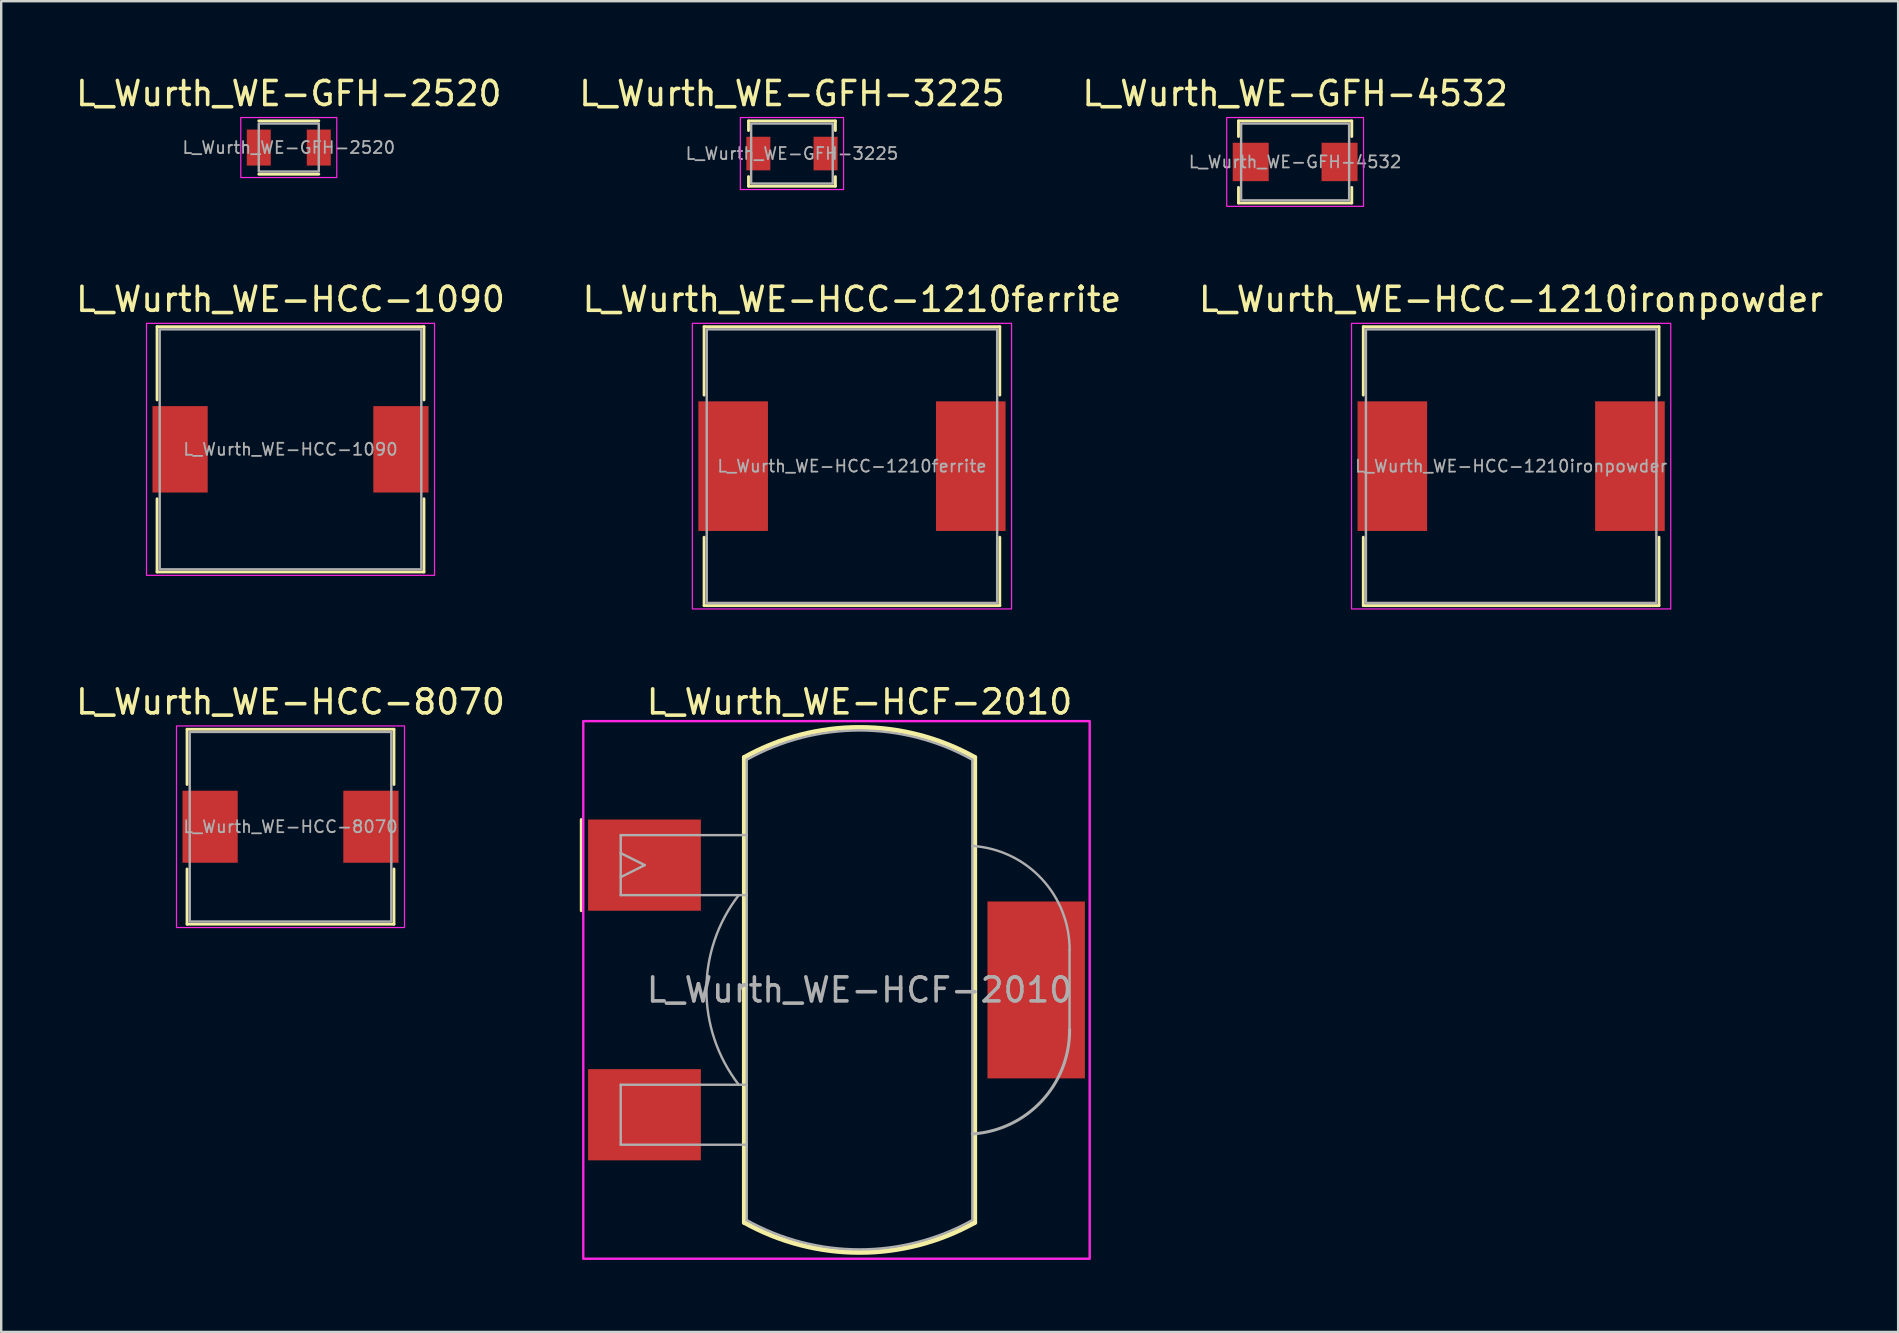
<source format=kicad_pcb>
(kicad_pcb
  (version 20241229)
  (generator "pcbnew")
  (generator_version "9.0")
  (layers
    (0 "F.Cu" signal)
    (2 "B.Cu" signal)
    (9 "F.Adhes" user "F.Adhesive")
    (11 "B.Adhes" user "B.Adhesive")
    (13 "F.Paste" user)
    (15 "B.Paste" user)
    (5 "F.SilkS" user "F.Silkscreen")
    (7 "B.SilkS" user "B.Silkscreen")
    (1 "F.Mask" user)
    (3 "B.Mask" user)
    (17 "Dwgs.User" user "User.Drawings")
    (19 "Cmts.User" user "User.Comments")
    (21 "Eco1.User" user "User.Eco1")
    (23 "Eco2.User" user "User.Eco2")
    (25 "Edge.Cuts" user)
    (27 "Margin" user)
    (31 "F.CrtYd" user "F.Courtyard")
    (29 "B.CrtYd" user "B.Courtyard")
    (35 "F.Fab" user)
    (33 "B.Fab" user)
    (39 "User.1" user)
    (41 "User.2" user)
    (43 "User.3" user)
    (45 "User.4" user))
  (footprint "L_Wurth_WE-HCC-1210ferrite"
    (layer "F.Cu")
    (at 32.446 16.372)
    (property "Reference" "L_Wurth_WE-HCC-1210ferrite" (at 0 -6.95 0) (unlocked yes) (layer "F.SilkS") (effects (font (size 1 1) (thickness 0.15))))
    (attr smd)
    (fp_line (start -6.16 -5.81) (end -6.16 -2.96) (stroke (width 0.12) (type solid)) (layer "F.SilkS"))
    (fp_line (start -6.16 -5.81) (end 6.16 -5.81) (stroke (width 0.12) (type solid)) (layer "F.SilkS"))
    (fp_line (start -6.16 5.81) (end -6.16 2.96) (stroke (width 0.12) (type solid)) (layer "F.SilkS"))
    (fp_line (start -6.16 5.81) (end 6.16 5.81) (stroke (width 0.12) (type solid)) (layer "F.SilkS"))
    (fp_line (start 6.16 -5.81) (end 6.16 -2.96) (stroke (width 0.12) (type solid)) (layer "F.SilkS"))
    (fp_line (start 6.16 5.81) (end 6.16 2.96) (stroke (width 0.12) (type solid)) (layer "F.SilkS"))
    (fp_rect (start -6.65 -5.95) (end 6.65 5.95) (stroke (width 0.05) (type solid)) (fill no) (layer "F.CrtYd"))
    (fp_rect (start -6.05 -5.7) (end 6.05 5.7) (stroke (width 0.1) (type solid)) (fill no) (layer "F.Fab"))
    (fp_text user "${REFERENCE}" (at 0 0 0) (unlocked yes) (layer "F.Fab") (effects (font (size 0.5 0.5) (thickness 0.075))))
    (pad "1" smd rect (at -4.95 0) (size 2.9 5.4) (layers "F.Cu" "F.Mask" "F.Paste"))
    (pad "2" smd rect (at 4.95 0) (size 2.9 5.4) (layers "F.Cu" "F.Mask" "F.Paste")))
  (footprint "L_Wurth_WE-HCC-1090"
    (layer "F.Cu")
    (at 9.054 15.671)
    (property "Reference" "L_Wurth_WE-HCC-1090" (at 0 -6.25 0) (unlocked yes) (layer "F.SilkS") (effects (font (size 1 1) (thickness 0.15))))
    (attr smd)
    (fp_line (start -5.56 -5.11) (end -5.56 -2.06) (stroke (width 0.12) (type solid)) (layer "F.SilkS"))
    (fp_line (start -5.56 -5.11) (end 5.56 -5.11) (stroke (width 0.12) (type solid)) (layer "F.SilkS"))
    (fp_line (start -5.56 5.11) (end -5.56 2.06) (stroke (width 0.12) (type solid)) (layer "F.SilkS"))
    (fp_line (start -5.56 5.11) (end 5.56 5.11) (stroke (width 0.12) (type solid)) (layer "F.SilkS"))
    (fp_line (start 5.56 -5.11) (end 5.56 -2.06) (stroke (width 0.12) (type solid)) (layer "F.SilkS"))
    (fp_line (start 5.56 5.11) (end 5.56 2.06) (stroke (width 0.12) (type solid)) (layer "F.SilkS"))
    (fp_rect (start -6 -5.25) (end 6 5.25) (stroke (width 0.05) (type solid)) (fill no) (layer "F.CrtYd"))
    (fp_rect (start -5.45 -5) (end 5.45 5) (stroke (width 0.1) (type solid)) (fill no) (layer "F.Fab"))
    (fp_text user "${REFERENCE}" (at 0 0 0) (unlocked yes) (layer "F.Fab") (effects (font (size 0.5 0.5) (thickness 0.075))))
    (pad "1" smd rect (at -4.6 0) (size 2.3 3.6) (layers "F.Cu" "F.Mask" "F.Paste"))
    (pad "2" smd rect (at 4.6 0) (size 2.3 3.6) (layers "F.Cu" "F.Mask" "F.Paste")))
  (footprint "L_Wurth_WE-HCC-8070"
    (layer "F.Cu")
    (at 9.054 31.395)
    (property "Reference" "L_Wurth_WE-HCC-8070" (at 0 -5.2 0) (unlocked yes) (layer "F.SilkS") (effects (font (size 1 1) (thickness 0.15))))
    (attr smd)
    (fp_line (start -4.31 -4.06) (end -4.31 -1.76) (stroke (width 0.12) (type solid)) (layer "F.SilkS"))
    (fp_line (start -4.31 -4.06) (end 4.31 -4.06) (stroke (width 0.12) (type solid)) (layer "F.SilkS"))
    (fp_line (start -4.31 4.06) (end -4.31 1.76) (stroke (width 0.12) (type solid)) (layer "F.SilkS"))
    (fp_line (start -4.31 4.06) (end 4.31 4.06) (stroke (width 0.12) (type solid)) (layer "F.SilkS"))
    (fp_line (start 4.31 -4.06) (end 4.31 -1.76) (stroke (width 0.12) (type solid)) (layer "F.SilkS"))
    (fp_line (start 4.31 4.06) (end 4.31 1.76) (stroke (width 0.12) (type solid)) (layer "F.SilkS"))
    (fp_rect (start -4.75 -4.2) (end 4.75 4.2) (stroke (width 0.05) (type solid)) (fill no) (layer "F.CrtYd"))
    (fp_rect (start -4.2 -3.95) (end 4.2 3.95) (stroke (width 0.1) (type solid)) (fill no) (layer "F.Fab"))
    (fp_text user "${REFERENCE}" (at 0 0 0) (unlocked yes) (layer "F.Fab") (effects (font (size 0.5 0.5) (thickness 0.075))))
    (pad "1" smd rect (at -3.35 0) (size 2.3 3) (layers "F.Cu" "F.Mask" "F.Paste"))
    (pad "2" smd rect (at 3.35 0) (size 2.3 3) (layers "F.Cu" "F.Mask" "F.Paste")))
  (footprint "L_Wurth_WE-HCF-2010"
    (layer "F.Cu")
    (at 32.762 38.195)
    (property "Reference" "L_Wurth_WE-HCF-2010" (at 0 -12 0) (layer "F.SilkS") (effects (font (size 1 1) (thickness 0.15))))
    (attr smd)
    (fp_line (start -11.595 -7.1) (end -11.595 -3.3) (stroke (width 0.12) (type default)) (layer "F.SilkS"))
    (fp_line (start -4.8 9.69) (end -4.8 -9.69) (stroke (width 0.2) (type solid)) (layer "F.SilkS"))
    (fp_line (start 4.8 -9.69) (end 4.8 9.69) (stroke (width 0.2) (type solid)) (layer "F.SilkS"))
    (fp_arc (start -4.8 -9.69) (mid 0 -10.936959) (end 4.8 -9.69) (stroke (width 0.2) (type solid)) (layer "F.SilkS"))
    (fp_arc (start 4.7 9.59) (mid 0 10.810982) (end -4.7 9.59) (stroke (width 0.01) (type solid)) (layer "F.SilkS"))
    (fp_arc (start 4.8 9.69) (mid 0 10.936958) (end -4.8 9.69) (stroke (width 0.2) (type solid)) (layer "F.SilkS"))
    (fp_poly (pts (xy 9.59 -11.2) (xy 9.59 11.2) (xy -11.51 11.2) (xy -11.51 -11.2)) (stroke (width 0.1) (type solid)) (fill no) (layer "F.CrtYd"))
    (fp_line (start -9.95 -6.45) (end -9.95 -3.95) (stroke (width 0.1) (type solid)) (layer "F.Fab"))
    (fp_line (start -9.95 -4.7) (end -8.95 -5.2) (stroke (width 0.1) (type default)) (layer "F.Fab"))
    (fp_line (start -9.95 -3.95) (end -4.7 -3.95) (stroke (width 0.1) (type solid)) (layer "F.Fab"))
    (fp_line (start -9.95 3.95) (end -9.95 6.45) (stroke (width 0.1) (type solid)) (layer "F.Fab"))
    (fp_line (start -9.95 6.45) (end -4.7 6.45) (stroke (width 0.1) (type solid)) (layer "F.Fab"))
    (fp_line (start -8.95 -5.2) (end -9.95 -5.7) (stroke (width 0.1) (type default)) (layer "F.Fab"))
    (fp_line (start -4.7 -6.45) (end -9.95 -6.45) (stroke (width 0.1) (type solid)) (layer "F.Fab"))
    (fp_line (start -4.7 -6.45) (end -4.7 -9.59) (stroke (width 0.1) (type solid)) (layer "F.Fab"))
    (fp_line (start -4.7 -3.95) (end -4.7 -6.45) (stroke (width 0.1) (type solid)) (layer "F.Fab"))
    (fp_line (start -4.7 3.95) (end -9.95 3.95) (stroke (width 0.1) (type solid)) (layer "F.Fab"))
    (fp_line (start -4.7 9.59) (end -4.7 -3.95) (stroke (width 0.1) (type solid)) (layer "F.Fab"))
    (fp_line (start 4.7 -9.59) (end 4.7 -6) (stroke (width 0.1) (type solid)) (layer "F.Fab"))
    (fp_line (start 4.7 -6) (end 4.7 6) (stroke (width 0.1) (type solid)) (layer "F.Fab"))
    (fp_line (start 4.7 6) (end 4.7 9.59) (stroke (width 0.1) (type solid)) (layer "F.Fab"))
    (fp_line (start 8.75 -1.65) (end 8.75 1.65) (stroke (width 0.1) (type solid)) (layer "F.Fab"))
    (fp_arc (start -5.032 3.95) (mid -6.379695 0) (end -5.032 -3.95) (stroke (width 0.1) (type solid)) (layer "F.Fab"))
    (fp_arc (start -4.7 -9.59) (mid 0 -10.810981) (end 4.7 -9.59) (stroke (width 0.1) (type solid)) (layer "F.Fab"))
    (fp_arc (start 4.7 -6) (mid 7.58977 -4.629329) (end 8.753 -1.65) (stroke (width 0.1) (type solid)) (layer "F.Fab"))
    (fp_arc (start 4.7 9.59) (mid 0 10.810982) (end -4.7 9.59) (stroke (width 0.1) (type solid)) (layer "F.Fab"))
    (fp_arc (start 8.753 1.65) (mid 7.589769 4.629328) (end 4.7 6) (stroke (width 0.127) (type solid)) (layer "F.Fab"))
    (fp_text user "${REFERENCE}" (at 0 0 0) (unlocked yes) (layer "F.Fab") (effects (font (size 1 1) (thickness 0.15))))
    (pad "1" smd rect (at -8.96 -5.2 270) (size 3.8 4.7) (layers "F.Cu" "F.Mask" "F.Paste"))
    (pad "2" smd rect (at -8.96 5.2 270) (size 3.8 4.7) (layers "F.Cu" "F.Mask" "F.Paste"))
    (pad "3" smd rect (at 7.36 0 270) (size 7.37 4.06) (layers "F.Cu" "F.Mask" "F.Paste")))
  (footprint "L_Wurth_WE-GFH-3225"
    (layer "F.Cu")
    (at 29.946 3.348)
    (property "Reference" "L_Wurth_WE-GFH-3225" (at 0 -2.5 0) (unlocked yes) (layer "F.SilkS") (effects (font (size 1 1) (thickness 0.15))))
    (attr smd)
    (fp_line (start -1.81 -1.36) (end -1.81 -0.96) (stroke (width 0.12) (type solid)) (layer "F.SilkS"))
    (fp_line (start -1.81 -1.36) (end 1.81 -1.36) (stroke (width 0.12) (type solid)) (layer "F.SilkS"))
    (fp_line (start -1.81 1.36) (end -1.81 0.96) (stroke (width 0.12) (type solid)) (layer "F.SilkS"))
    (fp_line (start -1.81 1.36) (end 1.81 1.36) (stroke (width 0.12) (type solid)) (layer "F.SilkS"))
    (fp_line (start 1.81 -1.36) (end 1.81 -0.96) (stroke (width 0.12) (type solid)) (layer "F.SilkS"))
    (fp_line (start 1.81 1.36) (end 1.81 0.96) (stroke (width 0.12) (type solid)) (layer "F.SilkS"))
    (fp_rect (start -2.15 -1.5) (end 2.15 1.5) (stroke (width 0.05) (type solid)) (fill no) (layer "F.CrtYd"))
    (fp_rect (start -1.7 -1.25) (end 1.7 1.25) (stroke (width 0.1) (type solid)) (fill no) (layer "F.Fab"))
    (fp_text user "${REFERENCE}" (at 0 0 0) (unlocked yes) (layer "F.Fab") (effects (font (size 0.5 0.5) (thickness 0.075))))
    (pad "1" smd rect (at -1.4 0) (size 1 1.4) (layers "F.Cu" "F.Mask" "F.Paste"))
    (pad "2" smd rect (at 1.4 0) (size 1 1.4) (layers "F.Cu" "F.Mask" "F.Paste")))
  (footprint "L_Wurth_WE-GFH-2520"
    (layer "F.Cu")
    (at 8.982 3.098)
    (property "Reference" "L_Wurth_WE-GFH-2520" (at 0 -2.25 0) (unlocked yes) (layer "F.SilkS") (effects (font (size 1 1) (thickness 0.15))))
    (attr smd)
    (fp_line (start -1.25 -1.11) (end 1.25 -1.11) (stroke (width 0.12) (type solid)) (layer "F.SilkS"))
    (fp_line (start -1.25 1.11) (end 1.25 1.11) (stroke (width 0.12) (type solid)) (layer "F.SilkS"))
    (fp_rect (start -2 -1.25) (end 2 1.25) (stroke (width 0.05) (type solid)) (fill no) (layer "F.CrtYd"))
    (fp_rect (start -1.25 -1) (end 1.25 1) (stroke (width 0.1) (type solid)) (fill no) (layer "F.Fab"))
    (fp_text user "${REFERENCE}" (at 0 0 0) (unlocked yes) (layer "F.Fab") (effects (font (size 0.5 0.5) (thickness 0.075))))
    (pad "1" smd rect (at -1.25 0) (size 1 1.5) (layers "F.Cu" "F.Mask" "F.Paste"))
    (pad "2" smd rect (at 1.25 0) (size 1 1.5) (layers "F.Cu" "F.Mask" "F.Paste")))
  (footprint "L_Wurth_WE-HCC-1210ironpowder"
    (layer "F.Cu")
    (at 59.911 16.372)
    (property "Reference" "L_Wurth_WE-HCC-1210ironpowder" (at 0 -6.95 0) (unlocked yes) (layer "F.SilkS") (effects (font (size 1 1) (thickness 0.15))))
    (attr smd)
    (fp_line (start -6.16 -5.81) (end -6.16 -2.96) (stroke (width 0.12) (type solid)) (layer "F.SilkS"))
    (fp_line (start -6.16 -5.81) (end 6.16 -5.81) (stroke (width 0.12) (type solid)) (layer "F.SilkS"))
    (fp_line (start -6.16 5.81) (end -6.16 2.96) (stroke (width 0.12) (type solid)) (layer "F.SilkS"))
    (fp_line (start -6.16 5.81) (end 6.16 5.81) (stroke (width 0.12) (type solid)) (layer "F.SilkS"))
    (fp_line (start 6.16 -5.81) (end 6.16 -2.96) (stroke (width 0.12) (type solid)) (layer "F.SilkS"))
    (fp_line (start 6.16 5.81) (end 6.16 2.96) (stroke (width 0.12) (type solid)) (layer "F.SilkS"))
    (fp_rect (start -6.65 -5.95) (end 6.65 5.95) (stroke (width 0.05) (type solid)) (fill no) (layer "F.CrtYd"))
    (fp_rect (start -6.05 -5.7) (end 6.05 5.7) (stroke (width 0.1) (type solid)) (fill no) (layer "F.Fab"))
    (fp_text user "${REFERENCE}" (at 0 0 0) (unlocked yes) (layer "F.Fab") (effects (font (size 0.5 0.5) (thickness 0.075))))
    (pad "1" smd rect (at -4.95 0) (size 2.9 5.4) (layers "F.Cu" "F.Mask" "F.Paste"))
    (pad "2" smd rect (at 4.95 0) (size 2.9 5.4) (layers "F.Cu" "F.Mask" "F.Paste")))
  (footprint "L_Wurth_WE-GFH-4532"
    (layer "F.Cu")
    (at 50.911 3.698)
    (property "Reference" "L_Wurth_WE-GFH-4532" (at 0 -2.85 0) (unlocked yes) (layer "F.SilkS") (effects (font (size 1 1) (thickness 0.15))))
    (attr smd)
    (fp_line (start -2.36 -1.71) (end -2.36 -1.06) (stroke (width 0.12) (type solid)) (layer "F.SilkS"))
    (fp_line (start -2.36 -1.71) (end 2.36 -1.71) (stroke (width 0.12) (type solid)) (layer "F.SilkS"))
    (fp_line (start -2.36 1.71) (end -2.36 1.06) (stroke (width 0.12) (type solid)) (layer "F.SilkS"))
    (fp_line (start -2.36 1.71) (end 2.36 1.71) (stroke (width 0.12) (type solid)) (layer "F.SilkS"))
    (fp_line (start 2.36 -1.71) (end 2.36 -1.06) (stroke (width 0.12) (type solid)) (layer "F.SilkS"))
    (fp_line (start 2.36 1.71) (end 2.36 1.06) (stroke (width 0.12) (type solid)) (layer "F.SilkS"))
    (fp_rect (start -2.85 -1.85) (end 2.85 1.85) (stroke (width 0.05) (type solid)) (fill no) (layer "F.CrtYd"))
    (fp_rect (start -2.25 -1.6) (end 2.25 1.6) (stroke (width 0.1) (type solid)) (fill no) (layer "F.Fab"))
    (fp_text user "${REFERENCE}" (at 0 0 0) (unlocked yes) (layer "F.Fab") (effects (font (size 0.5 0.5) (thickness 0.075))))
    (pad "1" smd rect (at -1.85 0) (size 1.5 1.6) (layers "F.Cu" "F.Mask" "F.Paste"))
    (pad "2" smd rect (at 1.85 0) (size 1.5 1.6) (layers "F.Cu" "F.Mask" "F.Paste")))
  (gr_rect
    (start -3 -3)
    (end 76.036 52.445)
    (stroke (width 0.1) (type default))
    (fill no)
    (layer "Edge.Cuts")))
</source>
